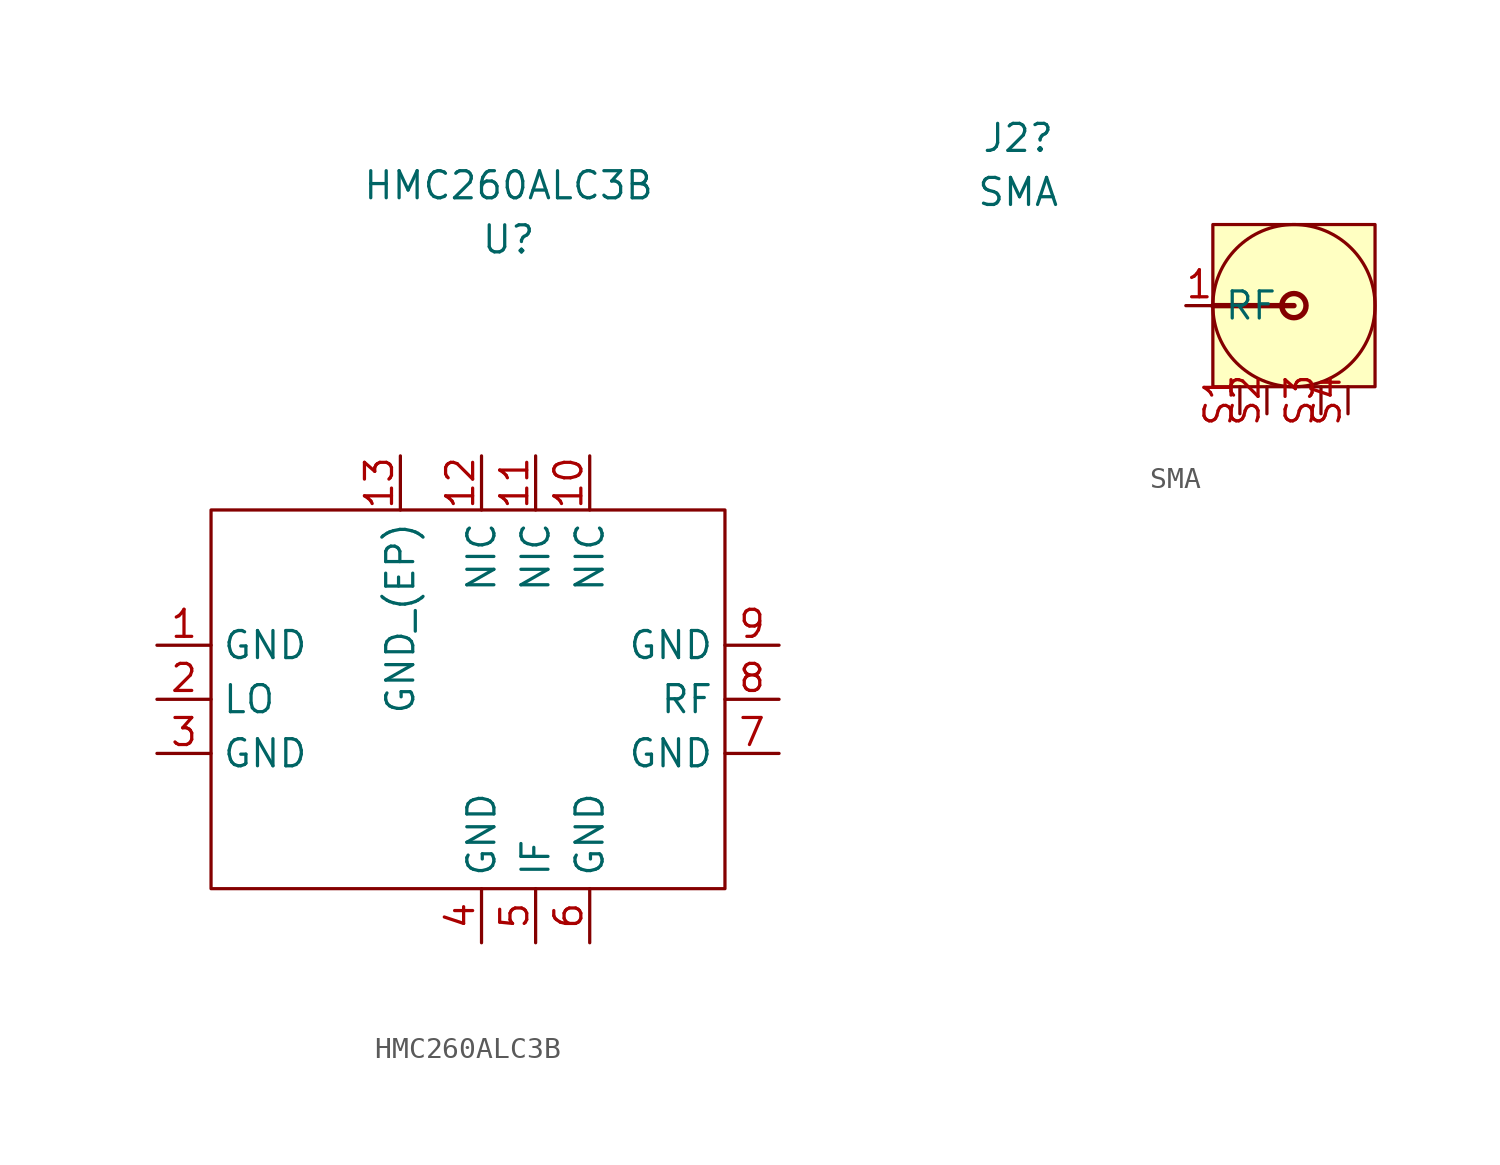
<source format=kicad_sym>
(kicad_symbol_lib
  (version 20211014)
  (generator kicad_symbol_editor)
  (symbol "HMC260ALC3B"
    (property "Reference" "U"
      (at -1.27 21.59 0)
      (effects (font (size 1.27 1.27))))
    (property "Value" "HMC260ALC3B"
      (at -1.27 24.13 0)
      (effects (font (size 1.27 1.27))))
    (symbol "HMC260ALC3B_0_1"
      (rectangle (start -15.24 8.89) (end 8.89 -8.89) (stroke (width 0) (type default) (color 0 0 0 0)) (fill (type none))))
    (symbol "HMC260ALC3B_1_1"
      (pin power_in line (at -17.78 2.54 0) (length 2.54) (name "GND" (effects (font (size 1.27 1.27)))) (number "1" (effects (font (size 1.27 1.27)))))
      (pin passive line (at 2.54 11.43 270) (length 2.54) (name "NIC" (effects (font (size 1.27 1.27)))) (number "10" (effects (font (size 1.27 1.27)))))
      (pin passive line (at 0 11.43 270) (length 2.54) (name "NIC" (effects (font (size 1.27 1.27)))) (number "11" (effects (font (size 1.27 1.27)))))
      (pin passive line (at -2.54 11.43 270) (length 2.54) (name "NIC" (effects (font (size 1.27 1.27)))) (number "12" (effects (font (size 1.27 1.27)))))
      (pin power_in line (at -6.35 11.43 270) (length 2.54) (name "GND_(EP)" (effects (font (size 1.27 1.27)))) (number "13" (effects (font (size 1.27 1.27)))))
      (pin input line (at -17.78 0 0) (length 2.54) (name "LO" (effects (font (size 1.27 1.27)))) (number "2" (effects (font (size 1.27 1.27)))))
      (pin power_in line (at -17.78 -2.54 0) (length 2.54) (name "GND" (effects (font (size 1.27 1.27)))) (number "3" (effects (font (size 1.27 1.27)))))
      (pin power_in line (at -2.54 -11.43 90) (length 2.54) (name "GND" (effects (font (size 1.27 1.27)))) (number "4" (effects (font (size 1.27 1.27)))))
      (pin output line (at 0 -11.43 90) (length 2.54) (name "IF" (effects (font (size 1.27 1.27)))) (number "5" (effects (font (size 1.27 1.27)))))
      (pin power_in line (at 2.54 -11.43 90) (length 2.54) (name "GND" (effects (font (size 1.27 1.27)))) (number "6" (effects (font (size 1.27 1.27)))))
      (pin power_in line (at 11.43 -2.54 180) (length 2.54) (name "GND" (effects (font (size 1.27 1.27)))) (number "7" (effects (font (size 1.27 1.27)))))
      (pin input line (at 11.43 0 180) (length 2.54) (name "RF" (effects (font (size 1.27 1.27)))) (number "8" (effects (font (size 1.27 1.27)))))
      (pin power_in line (at 11.43 2.54 180) (length 2.54) (name "GND" (effects (font (size 1.27 1.27)))) (number "9" (effects (font (size 1.27 1.27)))))))
  (symbol "SMA"
    (property "Reference" "J2"
      (at -6.604 14.224 0)
      (effects (font (size 1.27 1.27))))
    (property "Value" "SMA"
      (at -6.604 11.684 0)
      (effects (font (size 1.27 1.27))))
    (symbol "SMA_0_1"
      (polyline (pts (xy 6.35 6.35) (xy 2.54 6.35)) (stroke (width 0.254) (type default) (color 0 0 0 0)) (fill (type none)))
      (rectangle (start 2.54 10.16) (end 10.16 2.54) (stroke (width 0) (type default) (color 0 0 0 0)) (fill (type background)))
      (circle (center 6.35 6.35) (radius 0.568) (stroke (width 0.254) (type default) (color 0 0 0 0)) (fill (type none)))
      (circle (center 6.35 6.35) (radius 3.81) (stroke (width 0) (type default) (color 0 0 0 0)) (fill (type none))))
    (symbol "SMA_1_1"
      (pin bidirectional line (at 1.27 6.35 0) (length 1.27) (name "RF" (effects (font (size 1.27 1.27)))) (number "1" (effects (font (size 1.27 1.27)))))
      (pin power_in line (at 3.81 1.27 90) (length 1.27) (name "" (effects (font (size 1.27 1.27)))) (number "S1" (effects (font (size 1.27 1.27)))))
      (pin power_in line (at 5.08 1.27 90) (length 1.27) (name "" (effects (font (size 1.27 1.27)))) (number "S2" (effects (font (size 1.27 1.27)))))
      (pin power_in line (at 7.62 1.27 90) (length 1.27) (name "" (effects (font (size 1.27 1.27)))) (number "S3" (effects (font (size 1.27 1.27)))))
      (pin power_in line (at 8.89 1.27 90) (length 1.27) (name "" (effects (font (size 1.27 1.27)))) (number "S4" (effects (font (size 1.27 1.27))))))))
</source>
